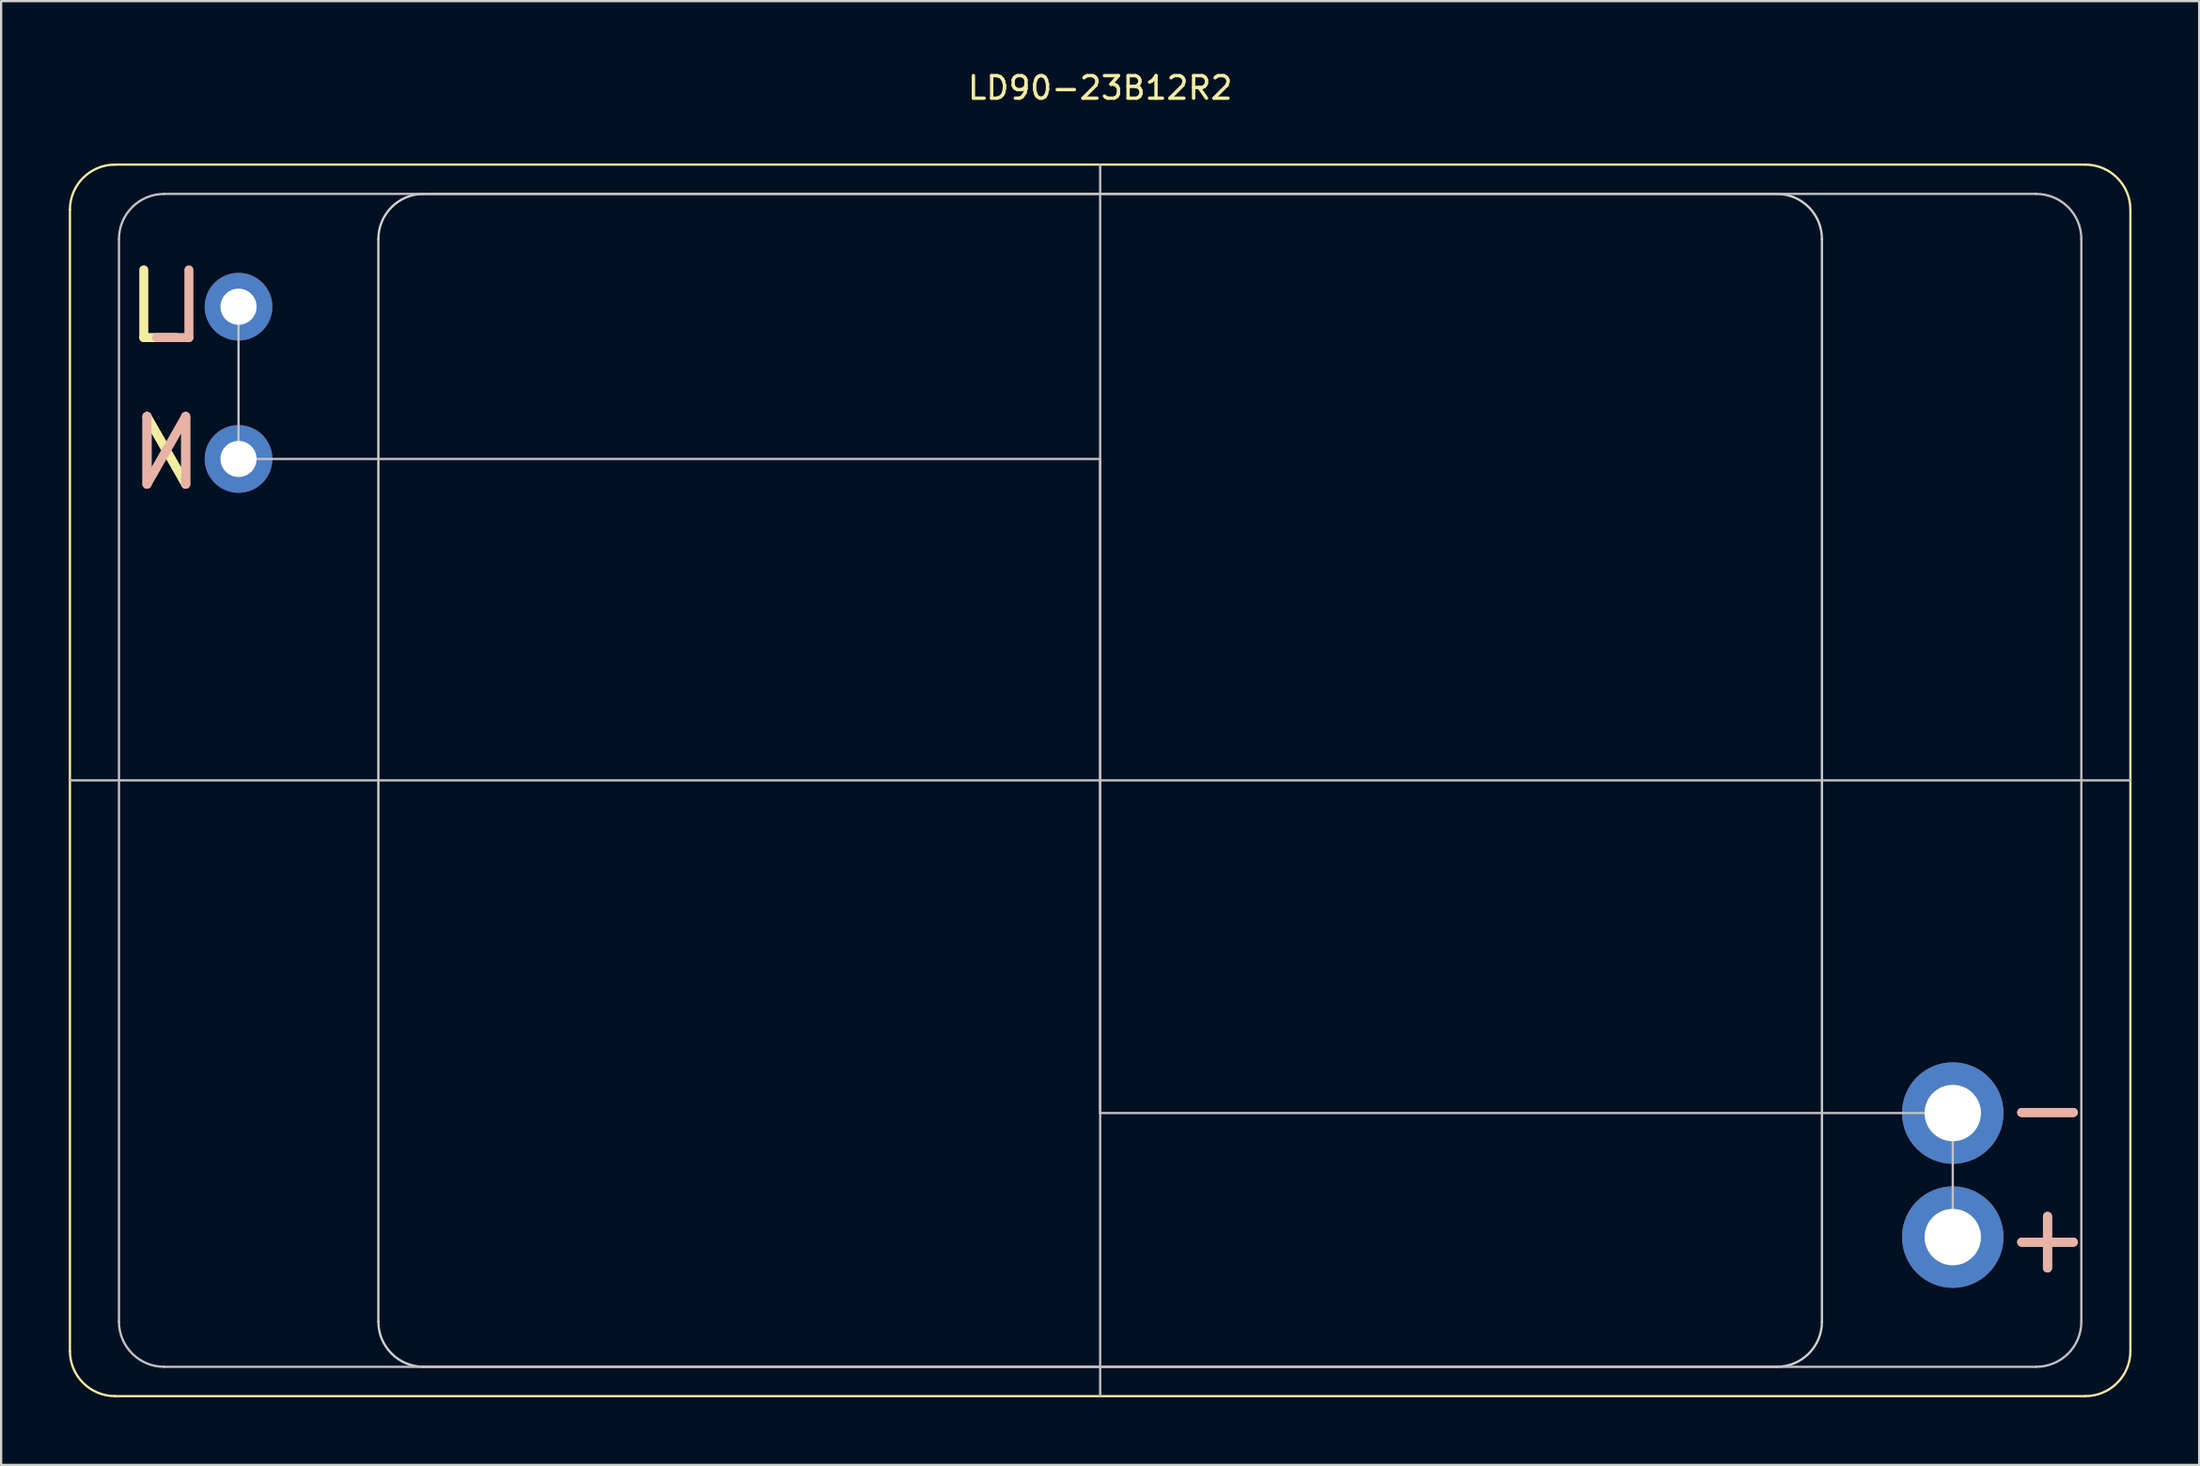
<source format=kicad_pcb>
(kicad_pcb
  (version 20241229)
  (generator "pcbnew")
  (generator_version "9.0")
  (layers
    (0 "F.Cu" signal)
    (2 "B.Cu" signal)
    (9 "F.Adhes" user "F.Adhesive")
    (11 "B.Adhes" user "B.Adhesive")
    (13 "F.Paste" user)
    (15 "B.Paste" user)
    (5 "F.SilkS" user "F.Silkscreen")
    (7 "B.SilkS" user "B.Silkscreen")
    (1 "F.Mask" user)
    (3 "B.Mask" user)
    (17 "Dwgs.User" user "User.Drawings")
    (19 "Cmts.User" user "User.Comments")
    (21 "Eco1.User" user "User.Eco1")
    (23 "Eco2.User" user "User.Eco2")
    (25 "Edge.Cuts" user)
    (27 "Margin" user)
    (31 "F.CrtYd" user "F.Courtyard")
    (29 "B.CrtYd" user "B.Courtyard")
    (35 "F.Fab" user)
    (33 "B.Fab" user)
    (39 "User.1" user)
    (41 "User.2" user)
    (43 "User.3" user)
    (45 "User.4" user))
  (footprint "LD90-23B12R2"
    (layer "F.Cu")
    (at 45.725 31.548)
    (property "Reference" "LD90-23B12R2" (at 0 -30.7 0) (unlocked yes) (layer "F.SilkS") (effects (font (size 1 1) (thickness 0.15))))
    (attr smd)
    (fp_line (start -45.675 25.3) (end -45.675 -25.3) (stroke (width 0.1) (type solid)) (layer "F.SilkS"))
    (fp_line (start -43.675 -27.3) (end 43.675 -27.3) (stroke (width 0.1) (type solid)) (layer "F.SilkS"))
    (fp_line (start 43.675 27.3) (end -43.675 27.3) (stroke (width 0.1) (type solid)) (layer "F.SilkS"))
    (fp_line (start 45.675 -25.3) (end 45.675 25.3) (stroke (width 0.1) (type solid)) (layer "F.SilkS"))
    (fp_arc (start -45.675 -25.3) (mid -45.089214 -26.714214) (end -43.675 -27.3) (stroke (width 0.1) (type solid)) (layer "F.SilkS"))
    (fp_arc (start -43.675 27.3) (mid -45.089214 26.714214) (end -45.675 25.3) (stroke (width 0.1) (type solid)) (layer "F.SilkS"))
    (fp_arc (start 43.675 -27.3) (mid 45.089214 -26.714214) (end 45.675 -25.3) (stroke (width 0.1) (type solid)) (layer "F.SilkS"))
    (fp_arc (start 45.675 25.3) (mid 45.089214 26.714214) (end 43.675 27.3) (stroke (width 0.1) (type solid)) (layer "F.SilkS"))
    (fp_line (start -45.675 0) (end 45.675 0) (stroke (width 0.1) (type solid)) (layer "Dwgs.User"))
    (fp_line (start -43.5 24) (end -43.5 -24) (stroke (width 0.1) (type solid)) (layer "Dwgs.User"))
    (fp_line (start -41.5 -26) (end 41.5 -26) (stroke (width 0.1) (type solid)) (layer "Dwgs.User"))
    (fp_line (start -38.2 -14.25) (end -38.2 -21) (stroke (width 0.1) (type solid)) (layer "Dwgs.User"))
    (fp_line (start 0 -27.3) (end 0 27.3) (stroke (width 0.1) (type solid)) (layer "Dwgs.User"))
    (fp_line (start 0 -14.25) (end -38.2 -14.25) (stroke (width 0.1) (type solid)) (layer "Dwgs.User"))
    (fp_line (start 0 0) (end 0 14.75) (stroke (width 0.1) (type solid)) (layer "Dwgs.User"))
    (fp_line (start 0 0.107) (end 0 -14.25) (stroke (width 0.1) (type solid)) (layer "Dwgs.User"))
    (fp_line (start 0 14.75) (end 37.8 14.75) (stroke (width 0.1) (type solid)) (layer "Dwgs.User"))
    (fp_line (start 37.8 14.75) (end 37.8 20.25) (stroke (width 0.1) (type solid)) (layer "Dwgs.User"))
    (fp_line (start 41.5 26) (end -41.5 26) (stroke (width 0.1) (type solid)) (layer "Dwgs.User"))
    (fp_line (start 43.5 -24) (end 43.5 24) (stroke (width 0.1) (type solid)) (layer "Dwgs.User"))
    (fp_arc (start -43.5 -24) (mid -42.914214 -25.414214) (end -41.5 -26) (stroke (width 0.1) (type solid)) (layer "Dwgs.User"))
    (fp_arc (start -41.5 26) (mid -42.914214 25.414214) (end -43.5 24) (stroke (width 0.1) (type solid)) (layer "Dwgs.User"))
    (fp_arc (start 41.5 -26) (mid 42.914214 -25.414214) (end 43.5 -24) (stroke (width 0.1) (type solid)) (layer "Dwgs.User"))
    (fp_arc (start 43.5 24) (mid 42.914214 25.414214) (end 41.5 26) (stroke (width 0.1) (type solid)) (layer "Dwgs.User"))
    (fp_line (start -32 24) (end -32 -24) (stroke (width 0.1) (type solid)) (layer "Edge.Cuts"))
    (fp_line (start -30 -26) (end 30 -26) (stroke (width 0.1) (type solid)) (layer "Edge.Cuts"))
    (fp_line (start 30 26) (end -30 26) (stroke (width 0.1) (type solid)) (layer "Edge.Cuts"))
    (fp_line (start 32 -24) (end 32 24) (stroke (width 0.1) (type solid)) (layer "Edge.Cuts"))
    (fp_arc (start -31.999999 -24) (mid -31.414213 -25.414214) (end -29.999999 -26) (stroke (width 0.1) (type solid)) (layer "Edge.Cuts"))
    (fp_arc (start -29.999999 25.999998) (mid -31.414213 25.414212) (end -31.999999 23.999998) (stroke (width 0.1) (type solid)) (layer "Edge.Cuts"))
    (fp_arc (start 29.999999 -26) (mid 31.41425 -25.414231) (end 31.999999 -24) (stroke (width 0.1) (type solid)) (layer "Edge.Cuts"))
    (fp_arc (start 31.999999 23.999998) (mid 31.414214 25.414213) (end 29.999999 25.999998) (stroke (width 0.1) (type solid)) (layer "Edge.Cuts"))
    (fp_text user "L" (at -41.9 -21 0) (unlocked yes) (layer "F.SilkS") (effects (font (size 3 3) (thickness 0.4))))
    (fp_text user "-" (at 42 14.5 0) (unlocked yes) (layer "F.SilkS") (effects (font (size 3 3) (thickness 0.4))))
    (fp_text user "N" (at -41.4 -14.5 0) (unlocked yes) (layer "F.SilkS") (effects (font (size 3 3) (thickness 0.4))))
    (fp_text user "+" (at 42 20.25 0) (unlocked yes) (layer "F.SilkS") (effects (font (size 3 3) (thickness 0.4))))
    (fp_text user "N" (at -41.4 -14.5 0) (unlocked yes) (layer "B.SilkS") (effects (font (size 3 3) (thickness 0.4)) (justify mirror)))
    (fp_text user "+" (at 42 20.25 0) (unlocked yes) (layer "B.SilkS") (effects (font (size 3 3) (thickness 0.4)) (justify mirror)))
    (fp_text user "L" (at -40.9 -21 0) (unlocked yes) (layer "B.SilkS") (effects (font (size 3 3) (thickness 0.4)) (justify mirror)))
    (fp_text user "-" (at 42 14.5 0) (unlocked yes) (layer "B.SilkS") (effects (font (size 3 3) (thickness 0.4)) (justify mirror)))
    (pad "1" thru_hole circle (at -38.2 -21) (size 3 3) (drill 1.6) (layers "*.Cu" "*.Mask"))
    (pad "2" thru_hole circle (at -38.2 -14.25) (size 3 3) (drill 1.6) (layers "*.Cu" "*.Mask"))
    (pad "3" thru_hole circle (at 37.8 20.25) (size 4.5 4.5) (drill 2.5) (layers "*.Cu" "*.Mask"))
    (pad "4" thru_hole circle (at 37.8 14.75) (size 4.5 4.5) (drill 2.5) (layers "*.Cu" "*.Mask")))
  (gr_rect
    (start -3 -3)
    (end 94.45 61.898)
    (stroke (width 0.1) (type default))
    (fill no)
    (layer "Edge.Cuts")))
</source>
